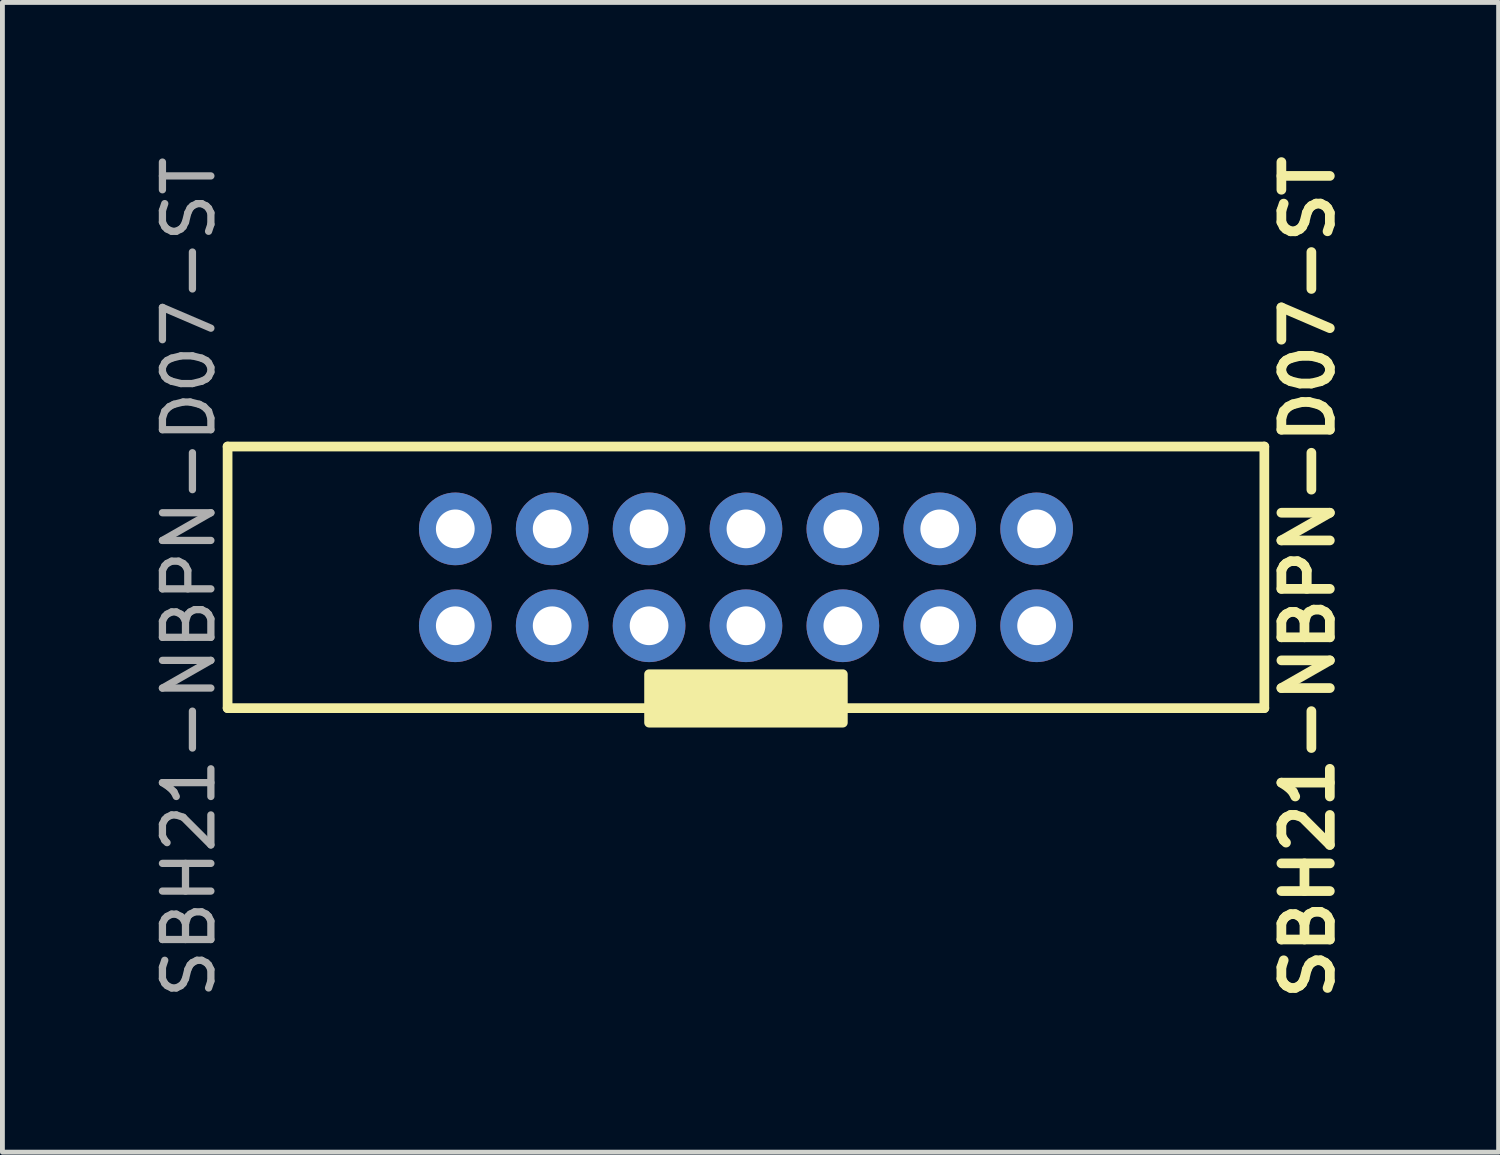
<source format=kicad_pcb>
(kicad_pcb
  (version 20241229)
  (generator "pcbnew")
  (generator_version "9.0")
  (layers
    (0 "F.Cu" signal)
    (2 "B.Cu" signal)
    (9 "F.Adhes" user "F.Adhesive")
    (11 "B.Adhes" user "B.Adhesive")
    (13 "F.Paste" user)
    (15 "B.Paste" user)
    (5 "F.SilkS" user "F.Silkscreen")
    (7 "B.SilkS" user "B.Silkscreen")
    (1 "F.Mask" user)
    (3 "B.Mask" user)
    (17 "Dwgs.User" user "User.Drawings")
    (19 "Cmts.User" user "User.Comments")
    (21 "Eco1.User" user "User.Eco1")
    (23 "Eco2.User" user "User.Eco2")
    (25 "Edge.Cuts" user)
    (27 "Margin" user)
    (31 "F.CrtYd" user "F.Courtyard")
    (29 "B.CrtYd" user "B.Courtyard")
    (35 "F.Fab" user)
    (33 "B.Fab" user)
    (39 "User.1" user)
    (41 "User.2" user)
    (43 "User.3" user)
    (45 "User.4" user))
  (footprint "SBH21-NBPN-D07-ST"
    (layer "F.Cu")
    (at 12.348 8.867)
    (property "Reference" "SBH21-NBPN-D07-ST" (at 11.6 0 90) (unlocked yes) (layer "F.SilkS") (effects (font (size 1 1) (thickness 0.2))))
    (attr smd)
    (fp_line (start -10.7 -2.7) (end 10.7 -2.7) (stroke (width 0.2) (type solid)) (layer "F.SilkS"))
    (fp_line (start -10.7 2.7) (end -10.7 -2.7) (stroke (width 0.2) (type solid)) (layer "F.SilkS"))
    (fp_line (start 10.7 -2.7) (end 10.7 2.7) (stroke (width 0.2) (type solid)) (layer "F.SilkS"))
    (fp_line (start 10.7 2.7) (end -10.7 2.7) (stroke (width 0.2) (type solid)) (layer "F.SilkS"))
    (fp_poly (pts (xy 2 3) (xy -2 3) (xy -2 2) (xy 2 2)) (stroke (width 0.2) (type solid)) (fill yes) (layer "F.SilkS"))
    (fp_text user "${REFERENCE}" (at -11.5 0 90) (unlocked yes) (layer "F.Fab") (effects (font (size 1 1) (thickness 0.15))))
    (pad "1" thru_hole circle (at -6 1) (size 1.5 1.5) (drill 0.8) (layers "*.Cu" "*.Mask"))
    (pad "2" thru_hole circle (at -6 -1) (size 1.5 1.5) (drill 0.8) (layers "*.Cu" "*.Mask"))
    (pad "3" thru_hole circle (at -4 1) (size 1.5 1.5) (drill 0.8) (layers "*.Cu" "*.Mask"))
    (pad "4" thru_hole circle (at -4 -1) (size 1.5 1.5) (drill 0.8) (layers "*.Cu" "*.Mask"))
    (pad "5" thru_hole circle (at -2 1) (size 1.5 1.5) (drill 0.8) (layers "*.Cu" "*.Mask"))
    (pad "6" thru_hole circle (at -2 -1) (size 1.5 1.5) (drill 0.8) (layers "*.Cu" "*.Mask"))
    (pad "7" thru_hole circle (at 0 1) (size 1.5 1.5) (drill 0.8) (layers "*.Cu" "*.Mask"))
    (pad "8" thru_hole circle (at 0 -1) (size 1.5 1.5) (drill 0.8) (layers "*.Cu" "*.Mask"))
    (pad "9" thru_hole circle (at 2 1) (size 1.5 1.5) (drill 0.8) (layers "*.Cu" "*.Mask"))
    (pad "10" thru_hole circle (at 2 -1) (size 1.5 1.5) (drill 0.8) (layers "*.Cu" "*.Mask"))
    (pad "11" thru_hole circle (at 4 1) (size 1.5 1.5) (drill 0.8) (layers "*.Cu" "*.Mask"))
    (pad "12" thru_hole circle (at 4 -1) (size 1.5 1.5) (drill 0.8) (layers "*.Cu" "*.Mask"))
    (pad "13" thru_hole circle (at 6 1) (size 1.5 1.5) (drill 0.8) (layers "*.Cu" "*.Mask"))
    (pad "14" thru_hole circle (at 6 -1) (size 1.5 1.5) (drill 0.8) (layers "*.Cu" "*.Mask")))
  (gr_rect
    (start -3 -3)
    (end 27.884 20.733)
    (stroke (width 0.1) (type default))
    (fill no)
    (layer "Edge.Cuts")))
</source>
